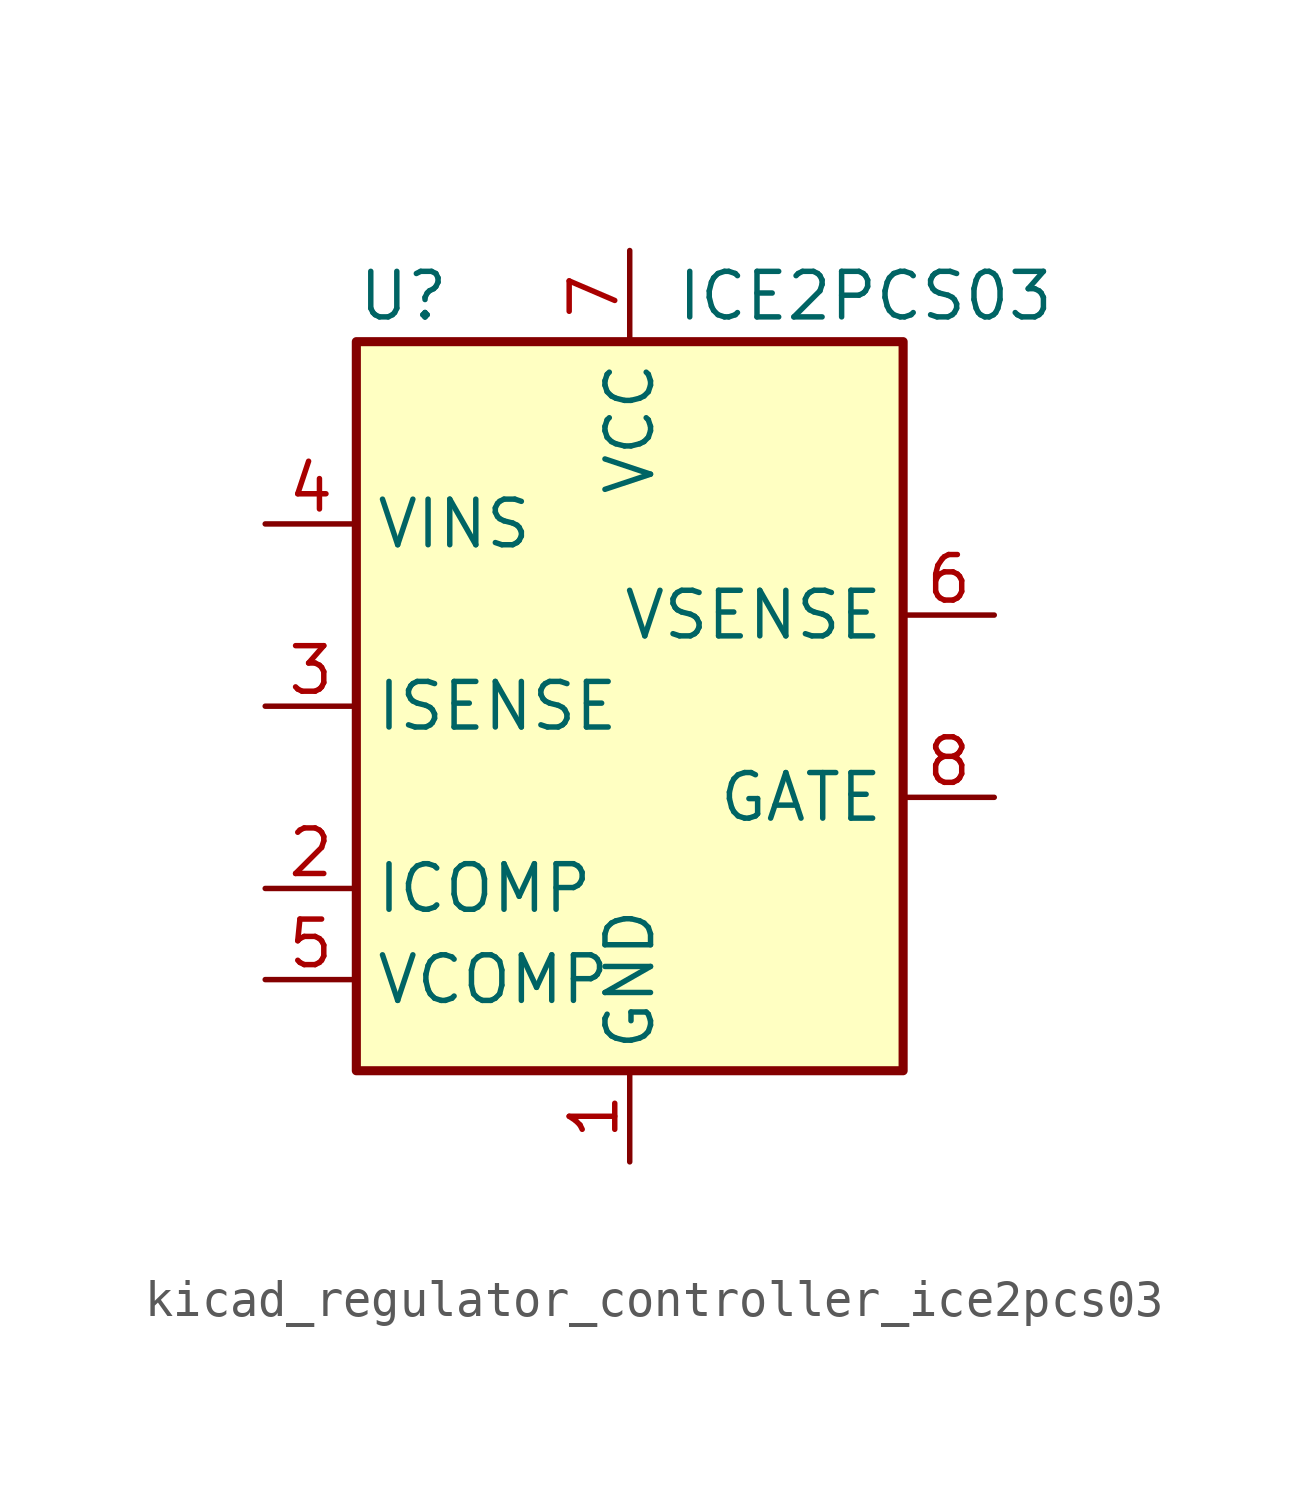
<source format=kicad_sym>
(kicad_symbol_lib
  (version 20220914)
  (generator kicad_symbol_editor)
  (symbol "kicad_regulator_controller_ice2pcs03"
    (property "Reference" "U"
      (at -7.62 11.43 0)
      (effects (font (size 1.27 1.27)) (justify left)))
    (property "Value" "ICE2PCS03"
      (at 1.27 11.43 0)
      (effects (font (size 1.27 1.27)) (justify left)))
    (symbol "kicad_regulator_controller_ice2pcs03_0_0"
      (rectangle (start -7.62 10.16) (end 7.62 -10.16) (stroke (width 0.254) (type default)) (fill (type background))))
    (symbol "kicad_regulator_controller_ice2pcs03_1_1"
      (pin power_in line (at 0 -12.7 90) (length 2.54) (name "GND" (effects (font (size 1.27 1.27)))) (number "1" (effects (font (size 1.27 1.27)))))
      (pin passive line (at -10.16 -5.08 0) (length 2.54) (name "ICOMP" (effects (font (size 1.27 1.27)))) (number "2" (effects (font (size 1.27 1.27)))))
      (pin input line (at -10.16 0 0) (length 2.54) (name "ISENSE" (effects (font (size 1.27 1.27)))) (number "3" (effects (font (size 1.27 1.27)))))
      (pin input line (at -10.16 5.08 0) (length 2.54) (name "VINS" (effects (font (size 1.27 1.27)))) (number "4" (effects (font (size 1.27 1.27)))))
      (pin passive line (at -10.16 -7.62 0) (length 2.54) (name "VCOMP" (effects (font (size 1.27 1.27)))) (number "5" (effects (font (size 1.27 1.27)))))
      (pin input line (at 10.16 2.54 180) (length 2.54) (name "VSENSE" (effects (font (size 1.27 1.27)))) (number "6" (effects (font (size 1.27 1.27)))))
      (pin power_in line (at 0 12.7 270) (length 2.54) (name "VCC" (effects (font (size 1.27 1.27)))) (number "7" (effects (font (size 1.27 1.27)))))
      (pin output line (at 10.16 -2.54 180) (length 2.54) (name "GATE" (effects (font (size 1.27 1.27)))) (number "8" (effects (font (size 1.27 1.27))))))))
</source>
